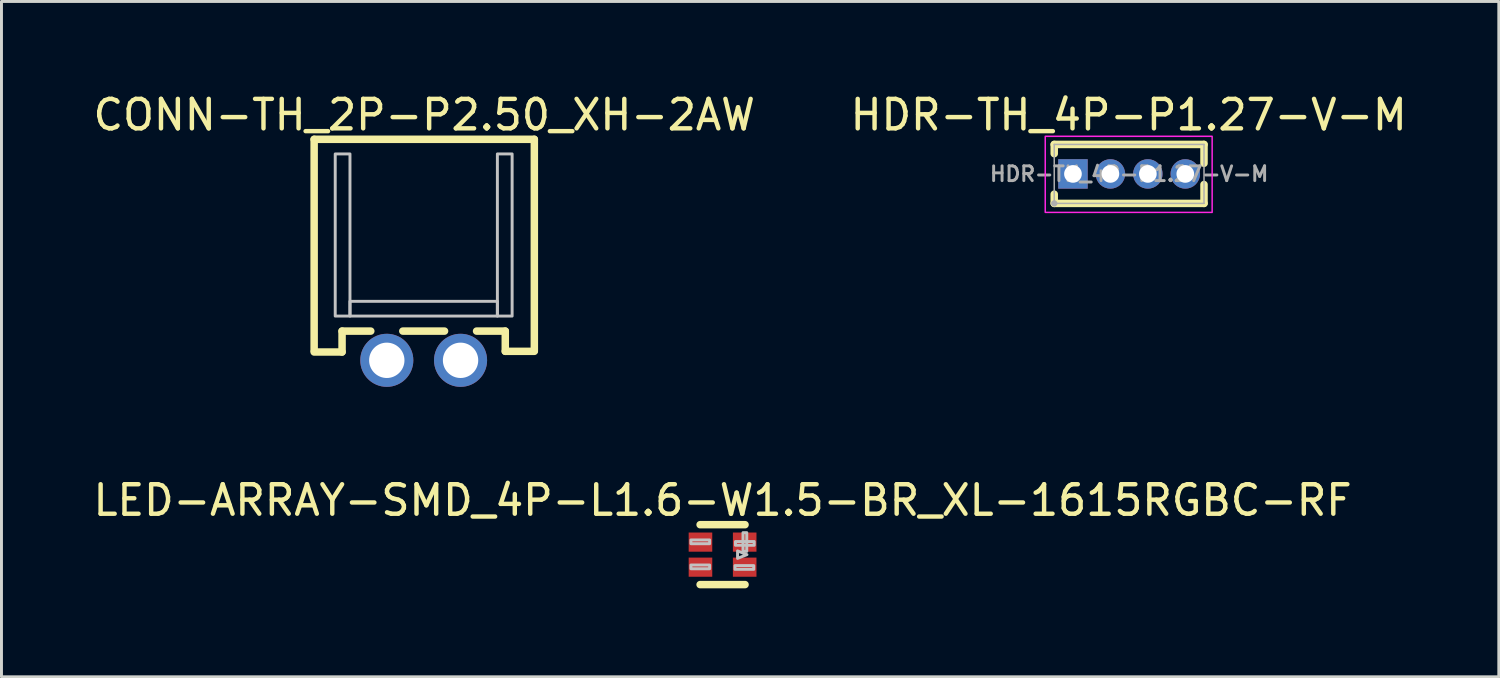
<source format=kicad_pcb>
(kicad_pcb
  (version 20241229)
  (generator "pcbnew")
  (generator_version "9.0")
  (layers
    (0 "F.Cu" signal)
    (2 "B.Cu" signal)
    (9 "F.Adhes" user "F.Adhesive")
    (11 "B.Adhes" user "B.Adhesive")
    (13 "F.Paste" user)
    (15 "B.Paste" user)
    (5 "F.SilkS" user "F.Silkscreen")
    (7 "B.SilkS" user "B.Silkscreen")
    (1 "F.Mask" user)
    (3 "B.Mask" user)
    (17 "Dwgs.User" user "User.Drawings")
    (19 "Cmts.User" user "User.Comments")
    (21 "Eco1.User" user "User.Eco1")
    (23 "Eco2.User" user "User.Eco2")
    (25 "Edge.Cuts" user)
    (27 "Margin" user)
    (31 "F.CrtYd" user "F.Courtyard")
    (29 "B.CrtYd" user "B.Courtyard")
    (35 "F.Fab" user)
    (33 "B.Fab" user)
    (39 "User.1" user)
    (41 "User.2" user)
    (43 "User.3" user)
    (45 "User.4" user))
  (footprint "CONN-TH_2P-P2.50_XH-2AW"
    (layer "F.Cu")
    (at 11.32 9.171)
    (property "Reference" "CONN-TH_2P-P2.50_XH-2AW" (at 0.019 -8.323 0) (layer "F.SilkS") (effects (font (size 1 1) (thickness 0.15))))
    (fp_line (start -3.715 -7.496) (end 3.753 -7.496) (stroke (width 0.254) (type default)) (layer "F.SilkS"))
    (fp_line (start -3.715 -0.334) (end -3.715 -7.496) (stroke (width 0.254) (type default)) (layer "F.SilkS"))
    (fp_line (start -3.715 -0.282) (end -2.768 -0.282) (stroke (width 0.254) (type default)) (layer "F.SilkS"))
    (fp_line (start -2.768 -0.991) (end -1.794 -0.991) (stroke (width 0.254) (type default)) (layer "F.SilkS"))
    (fp_line (start -2.768 -0.282) (end -2.768 -0.991) (stroke (width 0.254) (type default)) (layer "F.SilkS"))
    (fp_line (start -0.708 -0.991) (end 0.708 -0.991) (stroke (width 0.254) (type default)) (layer "F.SilkS"))
    (fp_line (start 1.794 -0.991) (end 2.768 -0.991) (stroke (width 0.254) (type default)) (layer "F.SilkS"))
    (fp_line (start 2.768 -0.991) (end 2.768 -0.305) (stroke (width 0.254) (type default)) (layer "F.SilkS"))
    (fp_line (start 2.768 -0.305) (end 3.753 -0.305) (stroke (width 0.254) (type default)) (layer "F.SilkS"))
    (fp_line (start 3.753 -0.334) (end 3.753 -7.496) (stroke (width 0.254) (type default)) (layer "F.SilkS"))
    (fp_poly (pts (xy -3 -7) (xy -3 -1.5) (xy -2.5 -1.5) (xy -2.5 -7)) (stroke (width 0.1) (type default)) (fill no) (layer "Dwgs.User"))
    (fp_poly (pts (xy -2.5 -1.5) (xy 2.5 -1.5) (xy 2.5 -2) (xy -2.5 -2)) (stroke (width 0.1) (type default)) (fill no) (layer "Dwgs.User"))
    (fp_poly (pts (xy 3 -1.5) (xy 3 -7) (xy 2.5 -7) (xy 2.5 -1.5)) (stroke (width 0.1) (type default)) (fill no) (layer "Dwgs.User"))
    (fp_poly (pts (xy -1.571 -0.32) (xy -0.931 -0.32) (xy -0.931 0.32) (xy -1.571 0.32)) (stroke (width 0.1) (type default)) (fill no) (layer "User.1"))
    (fp_poly (pts (xy -1.57 0.32) (xy -0.93 0.32) (xy -0.93 -0.33) (xy -1.57 -0.33)) (stroke (width 0.1) (type default)) (fill no) (layer "User.1"))
    (fp_poly (pts (xy 0.931 -0.32) (xy 1.571 -0.32) (xy 1.571 0.32) (xy 0.931 0.32)) (stroke (width 0.1) (type default)) (fill no) (layer "User.1"))
    (fp_poly (pts (xy 0.932 0.32) (xy 1.572 0.32) (xy 1.572 -0.33) (xy 0.932 -0.33)) (stroke (width 0.1) (type default)) (fill no) (layer "User.1"))
    (fp_line (start -3.75 -7.42) (end 3.75 -7.42) (stroke (width 0.051) (type default)) (layer "User.2"))
    (fp_line (start -3.75 -0.32) (end -3.75 -7.42) (stroke (width 0.051) (type default)) (layer "User.2"))
    (fp_line (start 3.75 -7.42) (end 3.75 -0.32) (stroke (width 0.051) (type default)) (layer "User.2"))
    (fp_line (start 3.75 -0.32) (end -3.75 -0.32) (stroke (width 0.051) (type default)) (layer "User.2"))
    (fp_poly (pts (xy -3.695 0.297) (xy -3.727 0.265) (xy -3.773 0.265) (xy -3.805 0.297) (xy -3.805 0.343) (xy -3.773 0.375) (xy -3.727 0.375) (xy -3.695 0.343)) (stroke (width 0.1) (type default)) (fill no) (layer "User.3"))
    (pad "1" thru_hole circle (at -1.251 0) (size 1.8 1.8) (drill 1.199) (layers "*.Cu" "*.Mask"))
    (pad "2" thru_hole circle (at 1.251 0) (size 1.8 1.8) (drill 1.199) (layers "*.Cu" "*.Mask")))
  (footprint "HDR-TH_4P-P1.27-V-M"
    (layer "F.Cu")
    (at 35.247 2.849)
    (property "Reference" "HDR-TH_4P-P1.27-V-M" (at -0.015 -2.001 0) (layer "F.SilkS") (effects (font (size 1 1) (thickness 0.15))))
    (fp_line (start -2.54 -1) (end -2.54 -0.687) (stroke (width 0.254) (type default)) (layer "F.SilkS"))
    (fp_line (start -2.54 -1) (end 2.54 -1) (stroke (width 0.254) (type default)) (layer "F.SilkS"))
    (fp_line (start -2.54 0.687) (end -2.54 1) (stroke (width 0.254) (type default)) (layer "F.SilkS"))
    (fp_line (start -2.54 1) (end 2.54 1) (stroke (width 0.254) (type default)) (layer "F.SilkS"))
    (fp_line (start 2.54 -1) (end 2.54 -0.36) (stroke (width 0.254) (type default)) (layer "F.SilkS"))
    (fp_line (start 2.54 0.36) (end 2.54 1) (stroke (width 0.254) (type default)) (layer "F.SilkS"))
    (fp_rect (start -2.845 -1.276) (end 2.816 1.305) (stroke (width 0.05) (type default)) (fill no) (layer "F.CrtYd"))
    (fp_line (start -2.54 -1) (end 2.54 -1) (stroke (width 0.051) (type default)) (layer "F.Fab"))
    (fp_line (start -2.54 1) (end -2.54 -1) (stroke (width 0.051) (type default)) (layer "F.Fab"))
    (fp_line (start 2.54 -1) (end 2.54 1) (stroke (width 0.051) (type default)) (layer "F.Fab"))
    (fp_line (start 2.54 1) (end -2.54 1) (stroke (width 0.051) (type default)) (layer "F.Fab"))
    (fp_poly (pts (xy -2.485 0.977) (xy -2.517 0.945) (xy -2.563 0.945) (xy -2.595 0.977) (xy -2.595 1.023) (xy -2.563 1.055) (xy -2.517 1.055) (xy -2.485 1.023)) (stroke (width 0.1) (type default)) (fill no) (layer "F.Fab"))
    (fp_poly (pts (xy -2.105 -0.2) (xy -1.705 -0.2) (xy -1.705 0.2) (xy -2.105 0.2)) (stroke (width 0.1) (type default)) (fill no) (layer "User.1"))
    (fp_poly (pts (xy -0.835 -0.2) (xy -0.435 -0.2) (xy -0.435 0.2) (xy -0.835 0.2)) (stroke (width 0.1) (type default)) (fill no) (layer "User.1"))
    (fp_poly (pts (xy 0.435 -0.2) (xy 0.835 -0.2) (xy 0.835 0.2) (xy 0.435 0.2)) (stroke (width 0.1) (type default)) (fill no) (layer "User.1"))
    (fp_poly (pts (xy 1.705 -0.2) (xy 2.105 -0.2) (xy 2.105 0.2) (xy 1.705 0.2)) (stroke (width 0.1) (type default)) (fill no) (layer "User.1"))
    (fp_text user "${REFERENCE}" (at 0 0 0) (layer "F.Fab") (effects (font (size 0.5 0.5) (thickness 0.1))))
    (pad "1" thru_hole rect (at -1.905 0) (size 1 1) (drill 0.6) (layers "*.Cu" "*.Mask"))
    (pad "2" thru_hole circle (at -0.635 0) (size 1 1) (drill 0.6) (layers "*.Cu" "*.Mask"))
    (pad "3" thru_hole circle (at 0.635 0) (size 1 1) (drill 0.6) (layers "*.Cu" "*.Mask"))
    (pad "4" thru_hole circle (at 1.905 0) (size 1 1) (drill 0.6) (layers "*.Cu" "*.Mask")))
  (footprint "LED-ARRAY-SMD_4P-L1.6-W1.5-BR_XL-1615RGBC-RF"
    (layer "F.Cu")
    (at 21.458 15.762)
    (property "Reference" "LED-ARRAY-SMD_4P-L1.6-W1.5-BR_XL-1615RGBC-RF" (at 0 -1.843 0) (layer "F.SilkS") (effects (font (size 1 1) (thickness 0.15))))
    (fp_line (start -0.762 -1.016) (end 0.762 -1.016) (stroke (width 0.254) (type default)) (layer "F.SilkS"))
    (fp_line (start 0.762 1.016) (end -0.762 1.016) (stroke (width 0.254) (type default)) (layer "F.SilkS"))
    (fp_poly (pts (xy 0.826 0) (xy 0.508 0.127) (xy 0.508 -0.127)) (stroke (width 0.1) (type default)) (fill no) (layer "Dwgs.User"))
    (fp_poly (pts (xy -0.439 -0.371) (xy -1.074 -0.371) (xy -1.074 -0.498) (xy -0.439 -0.498)) (stroke (width 0.1) (type default)) (fill no) (layer "Dwgs.User"))
    (fp_poly (pts (xy -0.439 0.479) (xy -1.074 0.479) (xy -1.074 0.352) (xy -0.439 0.352)) (stroke (width 0.1) (type default)) (fill no) (layer "Dwgs.User"))
    (fp_poly (pts (xy 0.82 -0.746) (xy 0.82 -0.111) (xy 0.693 -0.111) (xy 0.693 -0.746)) (stroke (width 0.1) (type default)) (fill no) (layer "Dwgs.User"))
    (fp_poly (pts (xy 1.056 0.499) (xy 0.421 0.499) (xy 0.421 0.372) (xy 1.056 0.372)) (stroke (width 0.1) (type default)) (fill no) (layer "Dwgs.User"))
    (fp_poly (pts (xy 1.072 -0.318) (xy 0.437 -0.318) (xy 0.437 -0.445) (xy 1.072 -0.445)) (stroke (width 0.1) (type default)) (fill no) (layer "Dwgs.User"))
    (fp_poly (pts (xy -0.4 -0.725) (xy -0.4 -0.125) (xy -0.8 -0.125) (xy -0.8 -0.725)) (stroke (width 0.1) (type default)) (fill no) (layer "User.1"))
    (fp_poly (pts (xy -0.4 0.125) (xy -0.4 0.725) (xy -0.8 0.725) (xy -0.8 0.125)) (stroke (width 0.1) (type default)) (fill no) (layer "User.1"))
    (fp_poly (pts (xy 0.8 -0.725) (xy 0.8 -0.125) (xy 0.4 -0.125) (xy 0.4 -0.725)) (stroke (width 0.1) (type default)) (fill no) (layer "User.1"))
    (fp_poly (pts (xy 0.8 0.125) (xy 0.8 0.725) (xy 0.4 0.725) (xy 0.4 0.125)) (stroke (width 0.1) (type default)) (fill no) (layer "User.1"))
    (fp_line (start -0.8 -0.75) (end 0.8 -0.75) (stroke (width 0.051) (type default)) (layer "User.2"))
    (fp_line (start -0.8 0.75) (end -0.8 -0.75) (stroke (width 0.051) (type default)) (layer "User.2"))
    (fp_line (start 0.8 -0.75) (end 0.8 0.75) (stroke (width 0.051) (type default)) (layer "User.2"))
    (fp_line (start 0.8 0.75) (end -0.8 0.75) (stroke (width 0.051) (type default)) (layer "User.2"))
    (fp_poly (pts (xy 0.855 0.727) (xy 0.823 0.695) (xy 0.777 0.695) (xy 0.745 0.727) (xy 0.745 0.773) (xy 0.777 0.805) (xy 0.823 0.805) (xy 0.855 0.773)) (stroke (width 0.1) (type default)) (fill no) (layer "User.3"))
    (pad "1" smd rect (at 0.75 0.425 180) (size 0.8 0.65) (layers "F.Cu" "F.Mask" "F.Paste"))
    (pad "2" smd rect (at 0.75 -0.425 180) (size 0.8 0.65) (layers "F.Cu" "F.Mask" "F.Paste"))
    (pad "3" smd rect (at -0.75 -0.425 180) (size 0.8 0.65) (layers "F.Cu" "F.Mask" "F.Paste"))
    (pad "4" smd rect (at -0.75 0.425 180) (size 0.8 0.65) (layers "F.Cu" "F.Mask" "F.Paste")))
  (gr_rect
    (start -3 -3)
    (end 47.786 19.905)
    (stroke (width 0.1) (type default))
    (fill no)
    (layer "Edge.Cuts")))
</source>
